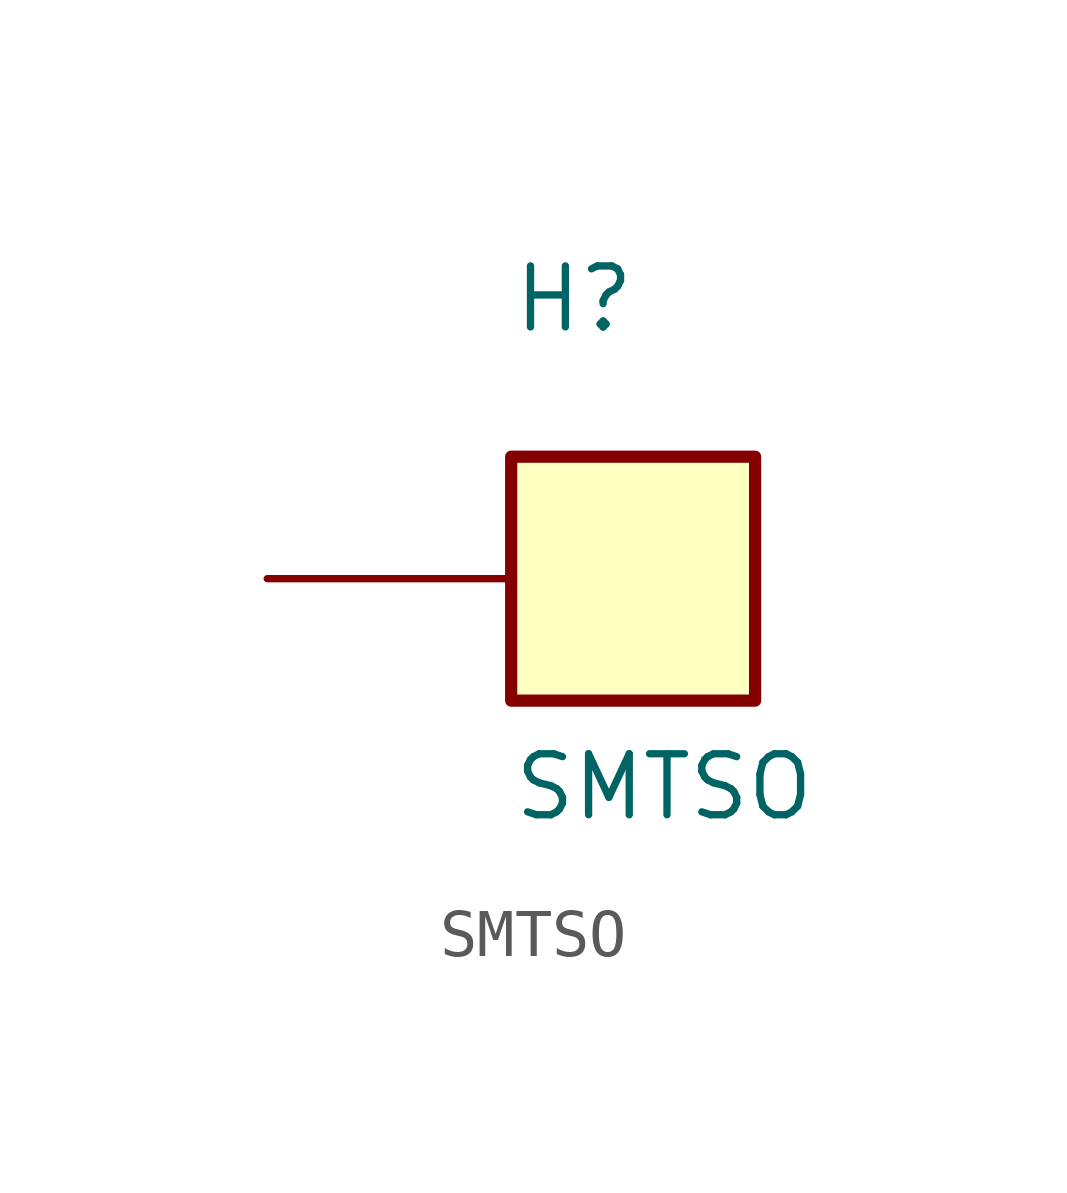
<source format=kicad_sym>
(kicad_symbol_lib
  (version 20211014)
  (generator kicad_symbol_editor)
  (symbol "SMTSO"
    (pin_numbers hide)
    (pin_names
      (offset 1.016) hide)
    (property "Reference" "H"
      (at -2.54 5.08 0)
      (effects (font (size 1.27 1.27)) (justify left bottom)))
    (property "Value" "SMTSO"
      (at -2.54 -5.08 0)
      (effects (font (size 1.27 1.27)) (justify left bottom)))
    (symbol "SMTSO_0_0"
      (rectangle (start -2.54 -2.54) (end 2.54 2.54) (stroke (width 0.254) (type default) (color 0 0 0 0)) (fill (type background)))
      (pin passive line (at -7.62 0 0) (length 5.08) (name "~" (effects (font (size 1.016 1.016)))) (number "1" (effects (font (size 1.016 1.016))))))))
</source>
